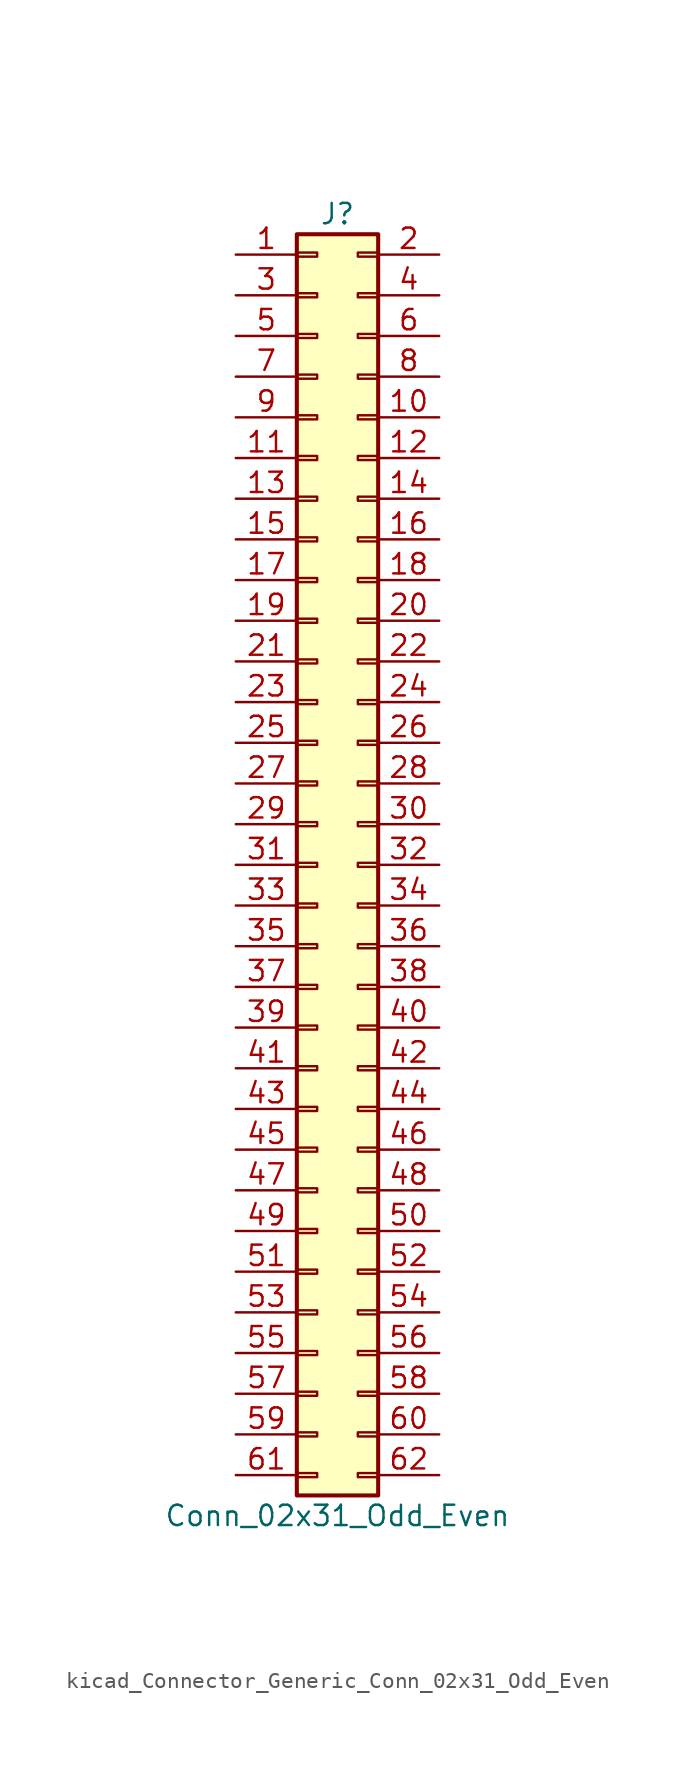
<source format=kicad_sym>
(kicad_symbol_lib
  (version 20220914)
  (generator kicad_symbol_editor)
  (symbol "kicad_Connector_Generic_Conn_02x31_Odd_Even"
    (pin_names
      (offset 1.016) hide)
    (property "Reference" "J"
      (at 1.27 40.64 0)
      (effects (font (size 1.27 1.27))))
    (property "Value" "Conn_02x31_Odd_Even"
      (at 1.27 -40.64 0)
      (effects (font (size 1.27 1.27))))
    (symbol "kicad_Connector_Generic_Conn_02x31_Odd_Even_1_1"
      (rectangle (start -1.27 -37.973) (end 0 -38.227) (stroke (width 0.152) (type default)) (fill (type none)))
      (rectangle (start -1.27 -35.433) (end 0 -35.687) (stroke (width 0.152) (type default)) (fill (type none)))
      (rectangle (start -1.27 -32.893) (end 0 -33.147) (stroke (width 0.152) (type default)) (fill (type none)))
      (rectangle (start -1.27 -30.353) (end 0 -30.607) (stroke (width 0.152) (type default)) (fill (type none)))
      (rectangle (start -1.27 -27.813) (end 0 -28.067) (stroke (width 0.152) (type default)) (fill (type none)))
      (rectangle (start -1.27 -25.273) (end 0 -25.527) (stroke (width 0.152) (type default)) (fill (type none)))
      (rectangle (start -1.27 -22.733) (end 0 -22.987) (stroke (width 0.152) (type default)) (fill (type none)))
      (rectangle (start -1.27 -20.193) (end 0 -20.447) (stroke (width 0.152) (type default)) (fill (type none)))
      (rectangle (start -1.27 -17.653) (end 0 -17.907) (stroke (width 0.152) (type default)) (fill (type none)))
      (rectangle (start -1.27 -15.113) (end 0 -15.367) (stroke (width 0.152) (type default)) (fill (type none)))
      (rectangle (start -1.27 -12.573) (end 0 -12.827) (stroke (width 0.152) (type default)) (fill (type none)))
      (rectangle (start -1.27 -10.033) (end 0 -10.287) (stroke (width 0.152) (type default)) (fill (type none)))
      (rectangle (start -1.27 -7.493) (end 0 -7.747) (stroke (width 0.152) (type default)) (fill (type none)))
      (rectangle (start -1.27 -4.953) (end 0 -5.207) (stroke (width 0.152) (type default)) (fill (type none)))
      (rectangle (start -1.27 -2.413) (end 0 -2.667) (stroke (width 0.152) (type default)) (fill (type none)))
      (rectangle (start -1.27 0.127) (end 0 -0.127) (stroke (width 0.152) (type default)) (fill (type none)))
      (rectangle (start -1.27 2.667) (end 0 2.413) (stroke (width 0.152) (type default)) (fill (type none)))
      (rectangle (start -1.27 5.207) (end 0 4.953) (stroke (width 0.152) (type default)) (fill (type none)))
      (rectangle (start -1.27 7.747) (end 0 7.493) (stroke (width 0.152) (type default)) (fill (type none)))
      (rectangle (start -1.27 10.287) (end 0 10.033) (stroke (width 0.152) (type default)) (fill (type none)))
      (rectangle (start -1.27 12.827) (end 0 12.573) (stroke (width 0.152) (type default)) (fill (type none)))
      (rectangle (start -1.27 15.367) (end 0 15.113) (stroke (width 0.152) (type default)) (fill (type none)))
      (rectangle (start -1.27 17.907) (end 0 17.653) (stroke (width 0.152) (type default)) (fill (type none)))
      (rectangle (start -1.27 20.447) (end 0 20.193) (stroke (width 0.152) (type default)) (fill (type none)))
      (rectangle (start -1.27 22.987) (end 0 22.733) (stroke (width 0.152) (type default)) (fill (type none)))
      (rectangle (start -1.27 25.527) (end 0 25.273) (stroke (width 0.152) (type default)) (fill (type none)))
      (rectangle (start -1.27 28.067) (end 0 27.813) (stroke (width 0.152) (type default)) (fill (type none)))
      (rectangle (start -1.27 30.607) (end 0 30.353) (stroke (width 0.152) (type default)) (fill (type none)))
      (rectangle (start -1.27 33.147) (end 0 32.893) (stroke (width 0.152) (type default)) (fill (type none)))
      (rectangle (start -1.27 35.687) (end 0 35.433) (stroke (width 0.152) (type default)) (fill (type none)))
      (rectangle (start -1.27 38.227) (end 0 37.973) (stroke (width 0.152) (type default)) (fill (type none)))
      (rectangle (start -1.27 39.37) (end 3.81 -39.37) (stroke (width 0.254) (type default)) (fill (type background)))
      (rectangle (start 3.81 -37.973) (end 2.54 -38.227) (stroke (width 0.152) (type default)) (fill (type none)))
      (rectangle (start 3.81 -35.433) (end 2.54 -35.687) (stroke (width 0.152) (type default)) (fill (type none)))
      (rectangle (start 3.81 -32.893) (end 2.54 -33.147) (stroke (width 0.152) (type default)) (fill (type none)))
      (rectangle (start 3.81 -30.353) (end 2.54 -30.607) (stroke (width 0.152) (type default)) (fill (type none)))
      (rectangle (start 3.81 -27.813) (end 2.54 -28.067) (stroke (width 0.152) (type default)) (fill (type none)))
      (rectangle (start 3.81 -25.273) (end 2.54 -25.527) (stroke (width 0.152) (type default)) (fill (type none)))
      (rectangle (start 3.81 -22.733) (end 2.54 -22.987) (stroke (width 0.152) (type default)) (fill (type none)))
      (rectangle (start 3.81 -20.193) (end 2.54 -20.447) (stroke (width 0.152) (type default)) (fill (type none)))
      (rectangle (start 3.81 -17.653) (end 2.54 -17.907) (stroke (width 0.152) (type default)) (fill (type none)))
      (rectangle (start 3.81 -15.113) (end 2.54 -15.367) (stroke (width 0.152) (type default)) (fill (type none)))
      (rectangle (start 3.81 -12.573) (end 2.54 -12.827) (stroke (width 0.152) (type default)) (fill (type none)))
      (rectangle (start 3.81 -10.033) (end 2.54 -10.287) (stroke (width 0.152) (type default)) (fill (type none)))
      (rectangle (start 3.81 -7.493) (end 2.54 -7.747) (stroke (width 0.152) (type default)) (fill (type none)))
      (rectangle (start 3.81 -4.953) (end 2.54 -5.207) (stroke (width 0.152) (type default)) (fill (type none)))
      (rectangle (start 3.81 -2.413) (end 2.54 -2.667) (stroke (width 0.152) (type default)) (fill (type none)))
      (rectangle (start 3.81 0.127) (end 2.54 -0.127) (stroke (width 0.152) (type default)) (fill (type none)))
      (rectangle (start 3.81 2.667) (end 2.54 2.413) (stroke (width 0.152) (type default)) (fill (type none)))
      (rectangle (start 3.81 5.207) (end 2.54 4.953) (stroke (width 0.152) (type default)) (fill (type none)))
      (rectangle (start 3.81 7.747) (end 2.54 7.493) (stroke (width 0.152) (type default)) (fill (type none)))
      (rectangle (start 3.81 10.287) (end 2.54 10.033) (stroke (width 0.152) (type default)) (fill (type none)))
      (rectangle (start 3.81 12.827) (end 2.54 12.573) (stroke (width 0.152) (type default)) (fill (type none)))
      (rectangle (start 3.81 15.367) (end 2.54 15.113) (stroke (width 0.152) (type default)) (fill (type none)))
      (rectangle (start 3.81 17.907) (end 2.54 17.653) (stroke (width 0.152) (type default)) (fill (type none)))
      (rectangle (start 3.81 20.447) (end 2.54 20.193) (stroke (width 0.152) (type default)) (fill (type none)))
      (rectangle (start 3.81 22.987) (end 2.54 22.733) (stroke (width 0.152) (type default)) (fill (type none)))
      (rectangle (start 3.81 25.527) (end 2.54 25.273) (stroke (width 0.152) (type default)) (fill (type none)))
      (rectangle (start 3.81 28.067) (end 2.54 27.813) (stroke (width 0.152) (type default)) (fill (type none)))
      (rectangle (start 3.81 30.607) (end 2.54 30.353) (stroke (width 0.152) (type default)) (fill (type none)))
      (rectangle (start 3.81 33.147) (end 2.54 32.893) (stroke (width 0.152) (type default)) (fill (type none)))
      (rectangle (start 3.81 35.687) (end 2.54 35.433) (stroke (width 0.152) (type default)) (fill (type none)))
      (rectangle (start 3.81 38.227) (end 2.54 37.973) (stroke (width 0.152) (type default)) (fill (type none)))
      (pin passive line (at -5.08 38.1 0) (length 3.81) (name "Pin_1" (effects (font (size 1.27 1.27)))) (number "1" (effects (font (size 1.27 1.27)))))
      (pin passive line (at 7.62 27.94 180) (length 3.81) (name "Pin_10" (effects (font (size 1.27 1.27)))) (number "10" (effects (font (size 1.27 1.27)))))
      (pin passive line (at -5.08 25.4 0) (length 3.81) (name "Pin_11" (effects (font (size 1.27 1.27)))) (number "11" (effects (font (size 1.27 1.27)))))
      (pin passive line (at 7.62 25.4 180) (length 3.81) (name "Pin_12" (effects (font (size 1.27 1.27)))) (number "12" (effects (font (size 1.27 1.27)))))
      (pin passive line (at -5.08 22.86 0) (length 3.81) (name "Pin_13" (effects (font (size 1.27 1.27)))) (number "13" (effects (font (size 1.27 1.27)))))
      (pin passive line (at 7.62 22.86 180) (length 3.81) (name "Pin_14" (effects (font (size 1.27 1.27)))) (number "14" (effects (font (size 1.27 1.27)))))
      (pin passive line (at -5.08 20.32 0) (length 3.81) (name "Pin_15" (effects (font (size 1.27 1.27)))) (number "15" (effects (font (size 1.27 1.27)))))
      (pin passive line (at 7.62 20.32 180) (length 3.81) (name "Pin_16" (effects (font (size 1.27 1.27)))) (number "16" (effects (font (size 1.27 1.27)))))
      (pin passive line (at -5.08 17.78 0) (length 3.81) (name "Pin_17" (effects (font (size 1.27 1.27)))) (number "17" (effects (font (size 1.27 1.27)))))
      (pin passive line (at 7.62 17.78 180) (length 3.81) (name "Pin_18" (effects (font (size 1.27 1.27)))) (number "18" (effects (font (size 1.27 1.27)))))
      (pin passive line (at -5.08 15.24 0) (length 3.81) (name "Pin_19" (effects (font (size 1.27 1.27)))) (number "19" (effects (font (size 1.27 1.27)))))
      (pin passive line (at 7.62 38.1 180) (length 3.81) (name "Pin_2" (effects (font (size 1.27 1.27)))) (number "2" (effects (font (size 1.27 1.27)))))
      (pin passive line (at 7.62 15.24 180) (length 3.81) (name "Pin_20" (effects (font (size 1.27 1.27)))) (number "20" (effects (font (size 1.27 1.27)))))
      (pin passive line (at -5.08 12.7 0) (length 3.81) (name "Pin_21" (effects (font (size 1.27 1.27)))) (number "21" (effects (font (size 1.27 1.27)))))
      (pin passive line (at 7.62 12.7 180) (length 3.81) (name "Pin_22" (effects (font (size 1.27 1.27)))) (number "22" (effects (font (size 1.27 1.27)))))
      (pin passive line (at -5.08 10.16 0) (length 3.81) (name "Pin_23" (effects (font (size 1.27 1.27)))) (number "23" (effects (font (size 1.27 1.27)))))
      (pin passive line (at 7.62 10.16 180) (length 3.81) (name "Pin_24" (effects (font (size 1.27 1.27)))) (number "24" (effects (font (size 1.27 1.27)))))
      (pin passive line (at -5.08 7.62 0) (length 3.81) (name "Pin_25" (effects (font (size 1.27 1.27)))) (number "25" (effects (font (size 1.27 1.27)))))
      (pin passive line (at 7.62 7.62 180) (length 3.81) (name "Pin_26" (effects (font (size 1.27 1.27)))) (number "26" (effects (font (size 1.27 1.27)))))
      (pin passive line (at -5.08 5.08 0) (length 3.81) (name "Pin_27" (effects (font (size 1.27 1.27)))) (number "27" (effects (font (size 1.27 1.27)))))
      (pin passive line (at 7.62 5.08 180) (length 3.81) (name "Pin_28" (effects (font (size 1.27 1.27)))) (number "28" (effects (font (size 1.27 1.27)))))
      (pin passive line (at -5.08 2.54 0) (length 3.81) (name "Pin_29" (effects (font (size 1.27 1.27)))) (number "29" (effects (font (size 1.27 1.27)))))
      (pin passive line (at -5.08 35.56 0) (length 3.81) (name "Pin_3" (effects (font (size 1.27 1.27)))) (number "3" (effects (font (size 1.27 1.27)))))
      (pin passive line (at 7.62 2.54 180) (length 3.81) (name "Pin_30" (effects (font (size 1.27 1.27)))) (number "30" (effects (font (size 1.27 1.27)))))
      (pin passive line (at -5.08 0 0) (length 3.81) (name "Pin_31" (effects (font (size 1.27 1.27)))) (number "31" (effects (font (size 1.27 1.27)))))
      (pin passive line (at 7.62 0 180) (length 3.81) (name "Pin_32" (effects (font (size 1.27 1.27)))) (number "32" (effects (font (size 1.27 1.27)))))
      (pin passive line (at -5.08 -2.54 0) (length 3.81) (name "Pin_33" (effects (font (size 1.27 1.27)))) (number "33" (effects (font (size 1.27 1.27)))))
      (pin passive line (at 7.62 -2.54 180) (length 3.81) (name "Pin_34" (effects (font (size 1.27 1.27)))) (number "34" (effects (font (size 1.27 1.27)))))
      (pin passive line (at -5.08 -5.08 0) (length 3.81) (name "Pin_35" (effects (font (size 1.27 1.27)))) (number "35" (effects (font (size 1.27 1.27)))))
      (pin passive line (at 7.62 -5.08 180) (length 3.81) (name "Pin_36" (effects (font (size 1.27 1.27)))) (number "36" (effects (font (size 1.27 1.27)))))
      (pin passive line (at -5.08 -7.62 0) (length 3.81) (name "Pin_37" (effects (font (size 1.27 1.27)))) (number "37" (effects (font (size 1.27 1.27)))))
      (pin passive line (at 7.62 -7.62 180) (length 3.81) (name "Pin_38" (effects (font (size 1.27 1.27)))) (number "38" (effects (font (size 1.27 1.27)))))
      (pin passive line (at -5.08 -10.16 0) (length 3.81) (name "Pin_39" (effects (font (size 1.27 1.27)))) (number "39" (effects (font (size 1.27 1.27)))))
      (pin passive line (at 7.62 35.56 180) (length 3.81) (name "Pin_4" (effects (font (size 1.27 1.27)))) (number "4" (effects (font (size 1.27 1.27)))))
      (pin passive line (at 7.62 -10.16 180) (length 3.81) (name "Pin_40" (effects (font (size 1.27 1.27)))) (number "40" (effects (font (size 1.27 1.27)))))
      (pin passive line (at -5.08 -12.7 0) (length 3.81) (name "Pin_41" (effects (font (size 1.27 1.27)))) (number "41" (effects (font (size 1.27 1.27)))))
      (pin passive line (at 7.62 -12.7 180) (length 3.81) (name "Pin_42" (effects (font (size 1.27 1.27)))) (number "42" (effects (font (size 1.27 1.27)))))
      (pin passive line (at -5.08 -15.24 0) (length 3.81) (name "Pin_43" (effects (font (size 1.27 1.27)))) (number "43" (effects (font (size 1.27 1.27)))))
      (pin passive line (at 7.62 -15.24 180) (length 3.81) (name "Pin_44" (effects (font (size 1.27 1.27)))) (number "44" (effects (font (size 1.27 1.27)))))
      (pin passive line (at -5.08 -17.78 0) (length 3.81) (name "Pin_45" (effects (font (size 1.27 1.27)))) (number "45" (effects (font (size 1.27 1.27)))))
      (pin passive line (at 7.62 -17.78 180) (length 3.81) (name "Pin_46" (effects (font (size 1.27 1.27)))) (number "46" (effects (font (size 1.27 1.27)))))
      (pin passive line (at -5.08 -20.32 0) (length 3.81) (name "Pin_47" (effects (font (size 1.27 1.27)))) (number "47" (effects (font (size 1.27 1.27)))))
      (pin passive line (at 7.62 -20.32 180) (length 3.81) (name "Pin_48" (effects (font (size 1.27 1.27)))) (number "48" (effects (font (size 1.27 1.27)))))
      (pin passive line (at -5.08 -22.86 0) (length 3.81) (name "Pin_49" (effects (font (size 1.27 1.27)))) (number "49" (effects (font (size 1.27 1.27)))))
      (pin passive line (at -5.08 33.02 0) (length 3.81) (name "Pin_5" (effects (font (size 1.27 1.27)))) (number "5" (effects (font (size 1.27 1.27)))))
      (pin passive line (at 7.62 -22.86 180) (length 3.81) (name "Pin_50" (effects (font (size 1.27 1.27)))) (number "50" (effects (font (size 1.27 1.27)))))
      (pin passive line (at -5.08 -25.4 0) (length 3.81) (name "Pin_51" (effects (font (size 1.27 1.27)))) (number "51" (effects (font (size 1.27 1.27)))))
      (pin passive line (at 7.62 -25.4 180) (length 3.81) (name "Pin_52" (effects (font (size 1.27 1.27)))) (number "52" (effects (font (size 1.27 1.27)))))
      (pin passive line (at -5.08 -27.94 0) (length 3.81) (name "Pin_53" (effects (font (size 1.27 1.27)))) (number "53" (effects (font (size 1.27 1.27)))))
      (pin passive line (at 7.62 -27.94 180) (length 3.81) (name "Pin_54" (effects (font (size 1.27 1.27)))) (number "54" (effects (font (size 1.27 1.27)))))
      (pin passive line (at -5.08 -30.48 0) (length 3.81) (name "Pin_55" (effects (font (size 1.27 1.27)))) (number "55" (effects (font (size 1.27 1.27)))))
      (pin passive line (at 7.62 -30.48 180) (length 3.81) (name "Pin_56" (effects (font (size 1.27 1.27)))) (number "56" (effects (font (size 1.27 1.27)))))
      (pin passive line (at -5.08 -33.02 0) (length 3.81) (name "Pin_57" (effects (font (size 1.27 1.27)))) (number "57" (effects (font (size 1.27 1.27)))))
      (pin passive line (at 7.62 -33.02 180) (length 3.81) (name "Pin_58" (effects (font (size 1.27 1.27)))) (number "58" (effects (font (size 1.27 1.27)))))
      (pin passive line (at -5.08 -35.56 0) (length 3.81) (name "Pin_59" (effects (font (size 1.27 1.27)))) (number "59" (effects (font (size 1.27 1.27)))))
      (pin passive line (at 7.62 33.02 180) (length 3.81) (name "Pin_6" (effects (font (size 1.27 1.27)))) (number "6" (effects (font (size 1.27 1.27)))))
      (pin passive line (at 7.62 -35.56 180) (length 3.81) (name "Pin_60" (effects (font (size 1.27 1.27)))) (number "60" (effects (font (size 1.27 1.27)))))
      (pin passive line (at -5.08 -38.1 0) (length 3.81) (name "Pin_61" (effects (font (size 1.27 1.27)))) (number "61" (effects (font (size 1.27 1.27)))))
      (pin passive line (at 7.62 -38.1 180) (length 3.81) (name "Pin_62" (effects (font (size 1.27 1.27)))) (number "62" (effects (font (size 1.27 1.27)))))
      (pin passive line (at -5.08 30.48 0) (length 3.81) (name "Pin_7" (effects (font (size 1.27 1.27)))) (number "7" (effects (font (size 1.27 1.27)))))
      (pin passive line (at 7.62 30.48 180) (length 3.81) (name "Pin_8" (effects (font (size 1.27 1.27)))) (number "8" (effects (font (size 1.27 1.27)))))
      (pin passive line (at -5.08 27.94 0) (length 3.81) (name "Pin_9" (effects (font (size 1.27 1.27)))) (number "9" (effects (font (size 1.27 1.27))))))))
</source>
